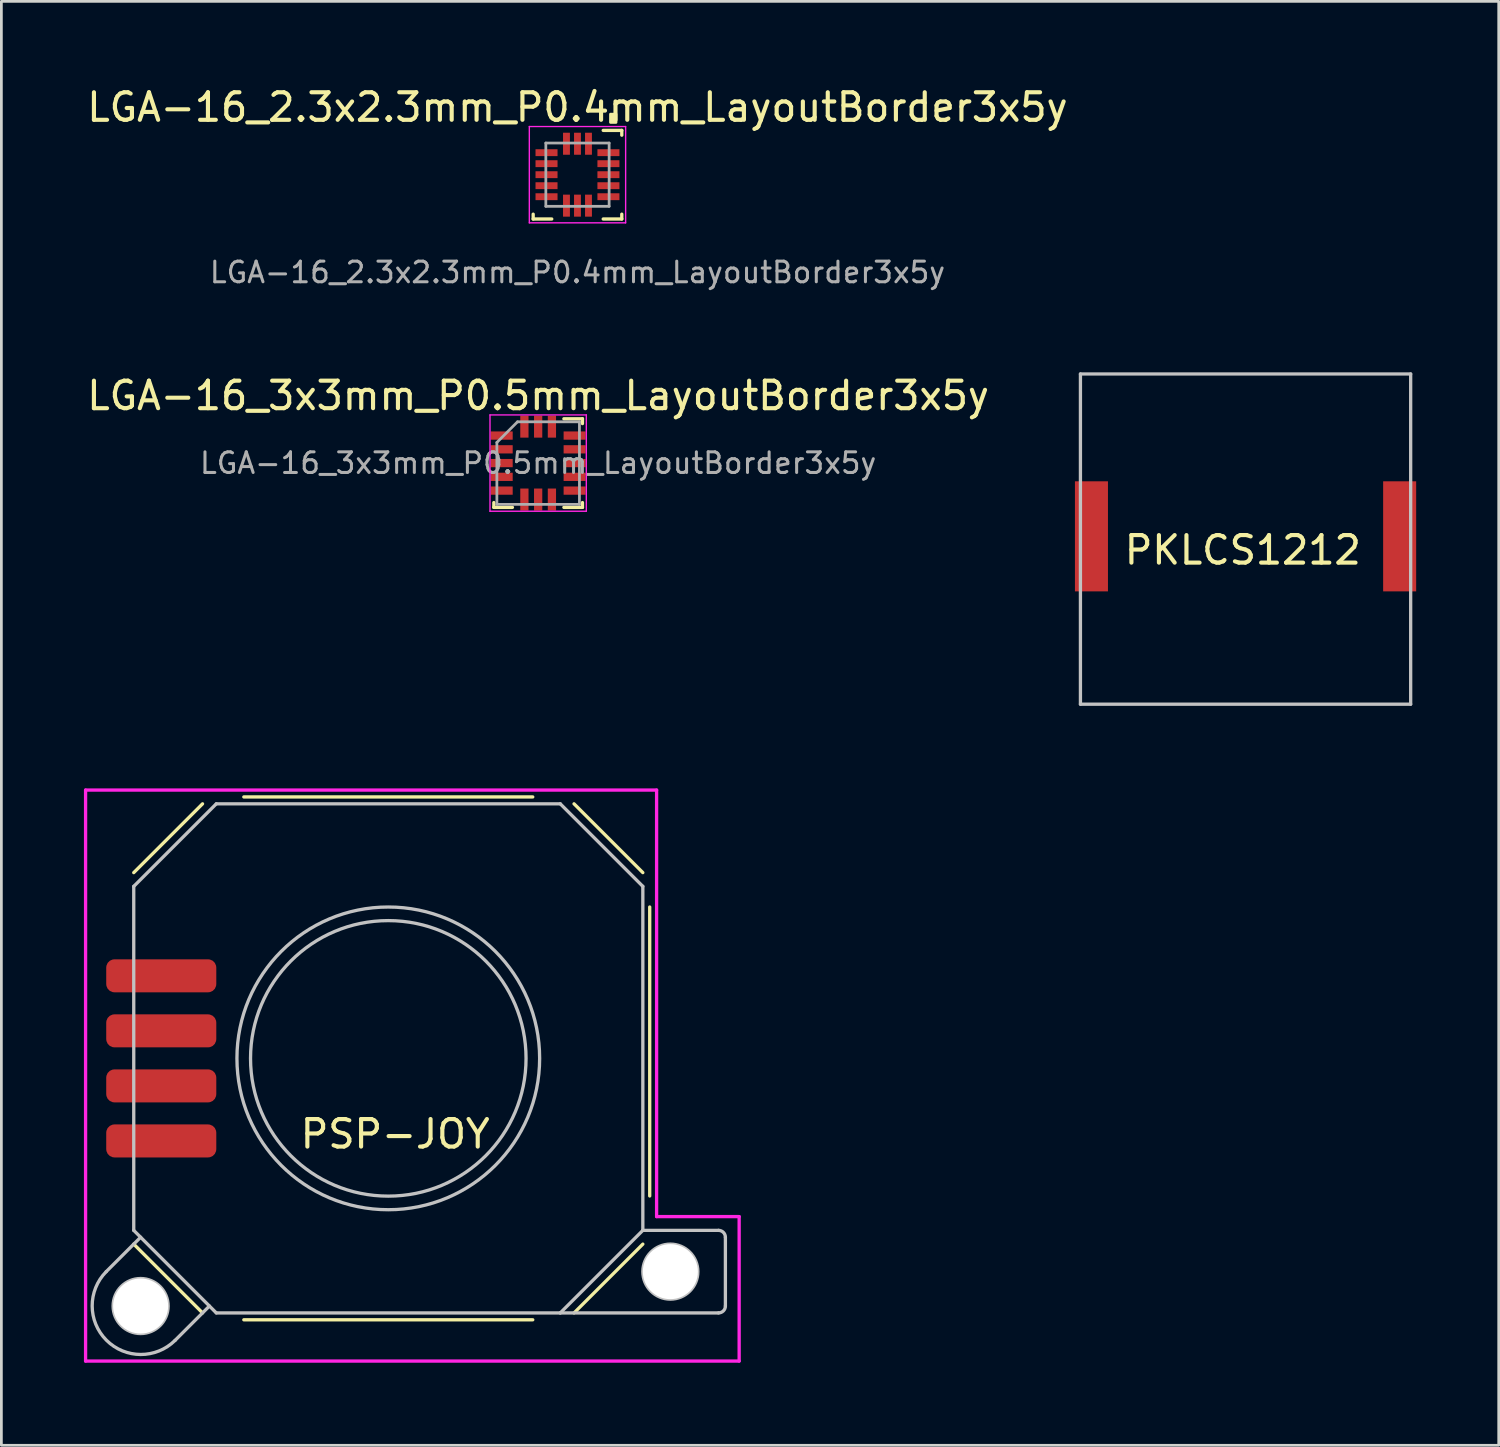
<source format=kicad_pcb>
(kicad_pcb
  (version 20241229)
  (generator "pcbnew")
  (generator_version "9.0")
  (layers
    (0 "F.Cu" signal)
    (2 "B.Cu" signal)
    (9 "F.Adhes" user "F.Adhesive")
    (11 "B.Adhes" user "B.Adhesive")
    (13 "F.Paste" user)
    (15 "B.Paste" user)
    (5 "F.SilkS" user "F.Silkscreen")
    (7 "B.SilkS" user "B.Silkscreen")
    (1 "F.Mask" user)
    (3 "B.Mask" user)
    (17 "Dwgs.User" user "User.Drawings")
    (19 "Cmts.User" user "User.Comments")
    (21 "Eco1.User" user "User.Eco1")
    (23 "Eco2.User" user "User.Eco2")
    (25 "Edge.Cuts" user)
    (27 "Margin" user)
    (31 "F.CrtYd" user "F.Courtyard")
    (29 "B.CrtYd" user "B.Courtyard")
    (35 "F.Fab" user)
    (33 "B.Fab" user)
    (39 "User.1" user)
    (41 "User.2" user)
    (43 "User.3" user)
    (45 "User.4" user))
  (footprint "LGA-16_2.3x2.3mm_P0.4mm_LayoutBorder3x5y"
    (layer "F.Cu")
    (at 17.935 3.298)
    (property "Reference" "LGA-16_2.3x2.3mm_P0.4mm_LayoutBorder3x5y" (at 0 -2.45 0) (layer "F.SilkS") (effects (font (size 1 1) (thickness 0.15))))
    (attr smd)
    (fp_line (start -1.61 1.61) (end -1.61 1.435) (stroke (width 0.12) (type solid)) (layer "F.SilkS"))
    (fp_line (start -0.935 1.61) (end -1.61 1.61) (stroke (width 0.12) (type solid)) (layer "F.SilkS"))
    (fp_line (start 0.935 -1.61) (end 1.61 -1.61) (stroke (width 0.12) (type solid)) (layer "F.SilkS"))
    (fp_line (start 0.935 1.61) (end 1.61 1.61) (stroke (width 0.12) (type solid)) (layer "F.SilkS"))
    (fp_line (start 1.61 -1.61) (end 1.61 -1.435) (stroke (width 0.12) (type solid)) (layer "F.SilkS"))
    (fp_line (start 1.61 1.61) (end 1.61 1.435) (stroke (width 0.12) (type solid)) (layer "F.SilkS"))
    (fp_poly (pts (xy 1.4 -1.9) (xy 1.2 -1.9) (xy 1.2 -2.2) (xy 1.4 -2.2)) (stroke (width 0.1) (type solid)) (fill yes) (layer "F.SilkS"))
    (fp_line (start -1.75 -1.75) (end -1.75 1.75) (stroke (width 0.05) (type solid)) (layer "F.CrtYd"))
    (fp_line (start -1.75 1.75) (end 1.75 1.75) (stroke (width 0.05) (type solid)) (layer "F.CrtYd"))
    (fp_line (start 1.75 -1.75) (end -1.75 -1.75) (stroke (width 0.05) (type solid)) (layer "F.CrtYd"))
    (fp_line (start 1.75 1.75) (end 1.75 -1.75) (stroke (width 0.05) (type solid)) (layer "F.CrtYd"))
    (fp_line (start -1.15 -1.15) (end -1.15 1.15) (stroke (width 0.1) (type solid)) (layer "F.Fab"))
    (fp_line (start 1.15 -1.15) (end -1.15 -1.15) (stroke (width 0.1) (type solid)) (layer "F.Fab"))
    (fp_line (start 1.15 -1.15) (end 1.15 1.15) (stroke (width 0.1) (type solid)) (layer "F.Fab"))
    (fp_line (start 1.15 1.15) (end -1.15 1.15) (stroke (width 0.1) (type solid)) (layer "F.Fab"))
    (fp_text user "${REFERENCE}" (at 0 3.55 0) (layer "F.Fab") (effects (font (size 0.75 0.75) (thickness 0.11))))
    (pad "1" smd rect (at -1.125 -0.8 90) (size 0.25 0.8) (layers "F.Cu" "F.Mask" "F.Paste"))
    (pad "2" smd rect (at -1.125 -0.4 90) (size 0.25 0.8) (layers "F.Cu" "F.Mask" "F.Paste"))
    (pad "3" smd rect (at -1.125 0 90) (size 0.25 0.8) (layers "F.Cu" "F.Mask" "F.Paste"))
    (pad "4" smd rect (at -1.125 0.4 90) (size 0.25 0.8) (layers "F.Cu" "F.Mask" "F.Paste"))
    (pad "5" smd rect (at -1.125 0.8 90) (size 0.25 0.8) (layers "F.Cu" "F.Mask" "F.Paste"))
    (pad "6" smd rect (at -0.4 1.125) (size 0.25 0.8) (layers "F.Cu" "F.Mask" "F.Paste"))
    (pad "7" smd rect (at 0 1.125) (size 0.25 0.8) (layers "F.Cu" "F.Mask" "F.Paste"))
    (pad "8" smd rect (at 0.4 1.125) (size 0.25 0.8) (layers "F.Cu" "F.Mask" "F.Paste"))
    (pad "9" smd rect (at 1.125 0.8 90) (size 0.25 0.8) (layers "F.Cu" "F.Mask" "F.Paste"))
    (pad "10" smd rect (at 1.125 0.4 90) (size 0.25 0.8) (layers "F.Cu" "F.Mask" "F.Paste"))
    (pad "11" smd rect (at 1.125 0 90) (size 0.25 0.8) (layers "F.Cu" "F.Mask" "F.Paste"))
    (pad "12" smd rect (at 1.125 -0.4 90) (size 0.25 0.8) (layers "F.Cu" "F.Mask" "F.Paste"))
    (pad "13" smd rect (at 1.125 -0.8 90) (size 0.25 0.8) (layers "F.Cu" "F.Mask" "F.Paste"))
    (pad "14" smd rect (at 0.4 -1.125) (size 0.25 0.8) (layers "F.Cu" "F.Mask" "F.Paste"))
    (pad "15" smd rect (at 0 -1.125) (size 0.25 0.8) (layers "F.Cu" "F.Mask" "F.Paste"))
    (pad "16" smd rect (at -0.4 -1.125) (size 0.25 0.8) (layers "F.Cu" "F.Mask" "F.Paste")))
  (footprint "LGA-16_3x3mm_P0.5mm_LayoutBorder3x5y"
    (layer "F.Cu")
    (at 16.506 13.778)
    (property "Reference" "LGA-16_3x3mm_P0.5mm_LayoutBorder3x5y" (at 0 -2.45 0) (layer "F.SilkS") (effects (font (size 1 1) (thickness 0.15))))
    (attr smd)
    (fp_line (start -1.61 1.61) (end -1.61 1.435) (stroke (width 0.12) (type solid)) (layer "F.SilkS"))
    (fp_line (start -0.935 1.61) (end -1.61 1.61) (stroke (width 0.12) (type solid)) (layer "F.SilkS"))
    (fp_line (start 0.935 -1.61) (end 1.61 -1.61) (stroke (width 0.12) (type solid)) (layer "F.SilkS"))
    (fp_line (start 0.935 1.61) (end 1.61 1.61) (stroke (width 0.12) (type solid)) (layer "F.SilkS"))
    (fp_line (start 1.61 -1.61) (end 1.61 -1.435) (stroke (width 0.12) (type solid)) (layer "F.SilkS"))
    (fp_line (start 1.61 1.61) (end 1.61 1.435) (stroke (width 0.12) (type solid)) (layer "F.SilkS"))
    (fp_line (start -1.75 -1.75) (end -1.75 1.75) (stroke (width 0.05) (type solid)) (layer "F.CrtYd"))
    (fp_line (start -1.75 1.75) (end 1.75 1.75) (stroke (width 0.05) (type solid)) (layer "F.CrtYd"))
    (fp_line (start 1.75 -1.75) (end -1.75 -1.75) (stroke (width 0.05) (type solid)) (layer "F.CrtYd"))
    (fp_line (start 1.75 1.75) (end 1.75 -1.75) (stroke (width 0.05) (type solid)) (layer "F.CrtYd"))
    (fp_line (start -1.5 -0.75) (end -0.75 -1.5) (stroke (width 0.1) (type solid)) (layer "F.Fab"))
    (fp_line (start -1.5 1.5) (end -1.5 -0.75) (stroke (width 0.1) (type solid)) (layer "F.Fab"))
    (fp_line (start -0.75 -1.5) (end 1.5 -1.5) (stroke (width 0.1) (type solid)) (layer "F.Fab"))
    (fp_line (start 1.5 -1.5) (end 1.5 1.5) (stroke (width 0.1) (type solid)) (layer "F.Fab"))
    (fp_line (start 1.5 1.5) (end -1.5 1.5) (stroke (width 0.1) (type solid)) (layer "F.Fab"))
    (fp_text user "${REFERENCE}" (at 0 0 0) (layer "F.Fab") (effects (font (size 0.75 0.75) (thickness 0.11))))
    (pad "1" smd rect (at -1.325 -1 90) (size 0.3 0.8) (layers "F.Cu" "F.Mask" "F.Paste"))
    (pad "2" smd rect (at -1.325 -0.5 90) (size 0.3 0.8) (layers "F.Cu" "F.Mask" "F.Paste"))
    (pad "3" smd rect (at -1.325 0 90) (size 0.3 0.8) (layers "F.Cu" "F.Mask" "F.Paste"))
    (pad "4" smd rect (at -1.325 0.5 90) (size 0.3 0.8) (layers "F.Cu" "F.Mask" "F.Paste"))
    (pad "5" smd rect (at -1.325 1 90) (size 0.3 0.8) (layers "F.Cu" "F.Mask" "F.Paste"))
    (pad "6" smd rect (at -0.5 1.325) (size 0.3 0.8) (layers "F.Cu" "F.Mask" "F.Paste"))
    (pad "7" smd rect (at 0 1.325) (size 0.3 0.8) (layers "F.Cu" "F.Mask" "F.Paste"))
    (pad "8" smd rect (at 0.5 1.325) (size 0.3 0.8) (layers "F.Cu" "F.Mask" "F.Paste"))
    (pad "9" smd rect (at 1.325 1 90) (size 0.3 0.8) (layers "F.Cu" "F.Mask" "F.Paste"))
    (pad "10" smd rect (at 1.325 0.5 90) (size 0.3 0.8) (layers "F.Cu" "F.Mask" "F.Paste"))
    (pad "11" smd rect (at 1.325 0 90) (size 0.3 0.8) (layers "F.Cu" "F.Mask" "F.Paste"))
    (pad "12" smd rect (at 1.325 -0.5 90) (size 0.3 0.8) (layers "F.Cu" "F.Mask" "F.Paste"))
    (pad "13" smd rect (at 1.325 -1 90) (size 0.3 0.8) (layers "F.Cu" "F.Mask" "F.Paste"))
    (pad "14" smd rect (at 0.5 -1.325) (size 0.3 0.8) (layers "F.Cu" "F.Mask" "F.Paste"))
    (pad "15" smd rect (at 0 -1.325) (size 0.3 0.8) (layers "F.Cu" "F.Mask" "F.Paste"))
    (pad "16" smd rect (at -0.5 -1.325) (size 0.3 0.8) (layers "F.Cu" "F.Mask" "F.Paste")))
  (footprint "PSP-JOY"
    (layer "F.Cu")
    (at 11.06 35.41)
    (property "Reference" "PSP-JOY" (at 0.25 2.75 0) (layer "F.SilkS") (effects (font (size 1 1) (thickness 0.15))))
    (attr through_hole)
    (fp_line (start -9.25 -6.75) (end -6.75 -9.25) (stroke (width 0.12) (type solid)) (layer "F.SilkS"))
    (fp_line (start -6.75 9.25) (end -9.25 6.75) (stroke (width 0.12) (type solid)) (layer "F.SilkS"))
    (fp_line (start -5.25 -9.5) (end 5.25 -9.5) (stroke (width 0.12) (type solid)) (layer "F.SilkS"))
    (fp_line (start 5.25 9.5) (end -5.25 9.5) (stroke (width 0.12) (type solid)) (layer "F.SilkS"))
    (fp_line (start 6.75 9.25) (end 9.25 6.75) (stroke (width 0.12) (type solid)) (layer "F.SilkS"))
    (fp_line (start 9.25 -6.75) (end 6.75 -9.25) (stroke (width 0.12) (type solid)) (layer "F.SilkS"))
    (fp_line (start 9.5 5) (end 9.5 -5.5) (stroke (width 0.12) (type solid)) (layer "F.SilkS"))
    (fp_line (start -9.25 6.25) (end -9.25 -6.25) (stroke (width 0.12) (type solid)) (layer "Dwgs.User"))
    (fp_line (start -9.25 6.25) (end -6.25 9.25) (stroke (width 0.12) (type solid)) (layer "Dwgs.User"))
    (fp_line (start -9 6.5) (end -10.25 7.75) (stroke (width 0.12) (type solid)) (layer "Dwgs.User"))
    (fp_line (start -7.75 10.25) (end -6.5 9) (stroke (width 0.12) (type solid)) (layer "Dwgs.User"))
    (fp_line (start -6.25 -9.25) (end -9.25 -6.25) (stroke (width 0.12) (type solid)) (layer "Dwgs.User"))
    (fp_line (start -6.25 -9.25) (end 6.25 -9.25) (stroke (width 0.12) (type solid)) (layer "Dwgs.User"))
    (fp_line (start -6.25 9.25) (end 6.25 9.25) (stroke (width 0.12) (type solid)) (layer "Dwgs.User"))
    (fp_line (start 6.25 9.25) (end 9.25 6.25) (stroke (width 0.12) (type solid)) (layer "Dwgs.User"))
    (fp_line (start 6.25 9.25) (end 12 9.25) (stroke (width 0.12) (type solid)) (layer "Dwgs.User"))
    (fp_line (start 9.25 -6.25) (end 6.25 -9.25) (stroke (width 0.12) (type solid)) (layer "Dwgs.User"))
    (fp_line (start 9.25 6.25) (end 9.25 -6.25) (stroke (width 0.12) (type solid)) (layer "Dwgs.User"))
    (fp_line (start 12 6.25) (end 9.25 6.25) (stroke (width 0.12) (type solid)) (layer "Dwgs.User"))
    (fp_line (start 12.25 9) (end 12.25 6.5) (stroke (width 0.12) (type solid)) (layer "Dwgs.User"))
    (fp_arc (start -7.750001 10.249999) (mid -10.249999 10.249999) (end -10.249999 7.750001) (stroke (width 0.12) (type solid)) (layer "Dwgs.User"))
    (fp_arc (start 12 6.25) (mid 12.176777 6.323223) (end 12.25 6.5) (stroke (width 0.12) (type solid)) (layer "Dwgs.User"))
    (fp_arc (start 12.25 9) (mid 12.176777 9.176777) (end 12 9.25) (stroke (width 0.12) (type solid)) (layer "Dwgs.User"))
    (fp_circle (center -9 9) (end -8 9) (stroke (width 0.12) (type solid)) (fill no) (layer "Dwgs.User"))
    (fp_circle (center 0 0) (end 5.006 0) (stroke (width 0.12) (type solid)) (fill no) (layer "Dwgs.User"))
    (fp_circle (center 0 0) (end 5.5 0) (stroke (width 0.12) (type solid)) (fill no) (layer "Dwgs.User"))
    (fp_circle (center 10.25 7.75) (end 11.25 7.75) (stroke (width 0.12) (type solid)) (fill no) (layer "Dwgs.User"))
    (fp_line (start -11 -9.75) (end 9.75 -9.75) (stroke (width 0.12) (type solid)) (layer "F.CrtYd"))
    (fp_line (start -11 11) (end -11 -9.75) (stroke (width 0.12) (type solid)) (layer "F.CrtYd"))
    (fp_line (start 9.75 -9.75) (end 9.75 5.75) (stroke (width 0.12) (type solid)) (layer "F.CrtYd"))
    (fp_line (start 9.75 5.75) (end 12.75 5.75) (stroke (width 0.12) (type solid)) (layer "F.CrtYd"))
    (fp_line (start 12.75 5.75) (end 12.75 11) (stroke (width 0.12) (type solid)) (layer "F.CrtYd"))
    (fp_line (start 12.75 11) (end -11 11) (stroke (width 0.12) (type solid)) (layer "F.CrtYd"))
    (pad "" np_thru_hole circle (at -9 9 90) (size 2 2) (drill 2) (layers "*.Cu" "*.Mask"))
    (pad "" np_thru_hole circle (at 10.25 7.75 90) (size 2 2) (drill 2) (layers "*.Cu" "*.Mask"))
    (pad "1" smd roundrect (at -8.25 -3 90) (size 1.2 4) (layers "F.Cu" "F.Mask" "F.Paste") (roundrect_rratio 0.25))
    (pad "1" smd roundrect (at -8.25 -1 90) (size 1.2 4) (layers "F.Cu" "F.Mask" "F.Paste") (roundrect_rratio 0.25))
    (pad "1" smd roundrect (at -8.25 1 90) (size 1.2 4) (layers "F.Cu" "F.Mask" "F.Paste") (roundrect_rratio 0.25))
    (pad "1" smd roundrect (at -8.25 3 90) (size 1.2 4) (layers "F.Cu" "F.Mask" "F.Paste") (roundrect_rratio 0.25)))
  (footprint "PKLCS1212"
    (layer "F.Cu")
    (at 42.212 16.44)
    (property "Reference" "PKLCS1212" (at -0.1 0.5 0) (layer "F.SilkS") (effects (font (size 1 1) (thickness 0.15))))
    (attr through_hole)
    (fp_line (start -6 -5.9) (end -6 6.1) (stroke (width 0.12) (type solid)) (layer "Dwgs.User"))
    (fp_line (start -6 -5.9) (end 6 -5.9) (stroke (width 0.12) (type solid)) (layer "Dwgs.User"))
    (fp_line (start -6 6.1) (end 6 6.1) (stroke (width 0.12) (type solid)) (layer "Dwgs.User"))
    (fp_line (start 6 -5.9) (end 6 6.1) (stroke (width 0.12) (type solid)) (layer "Dwgs.User"))
    (pad "1" smd rect (at -5.6 0) (size 1.2 4) (layers "F.Cu" "F.Mask" "F.Paste"))
    (pad "2" smd rect (at 5.6 0) (size 1.2 4) (layers "F.Cu" "F.Mask" "F.Paste")))
  (gr_rect
    (start -3 -3)
    (end 51.412 49.47)
    (stroke (width 0.1) (type default))
    (fill no)
    (layer "Edge.Cuts")))
</source>
